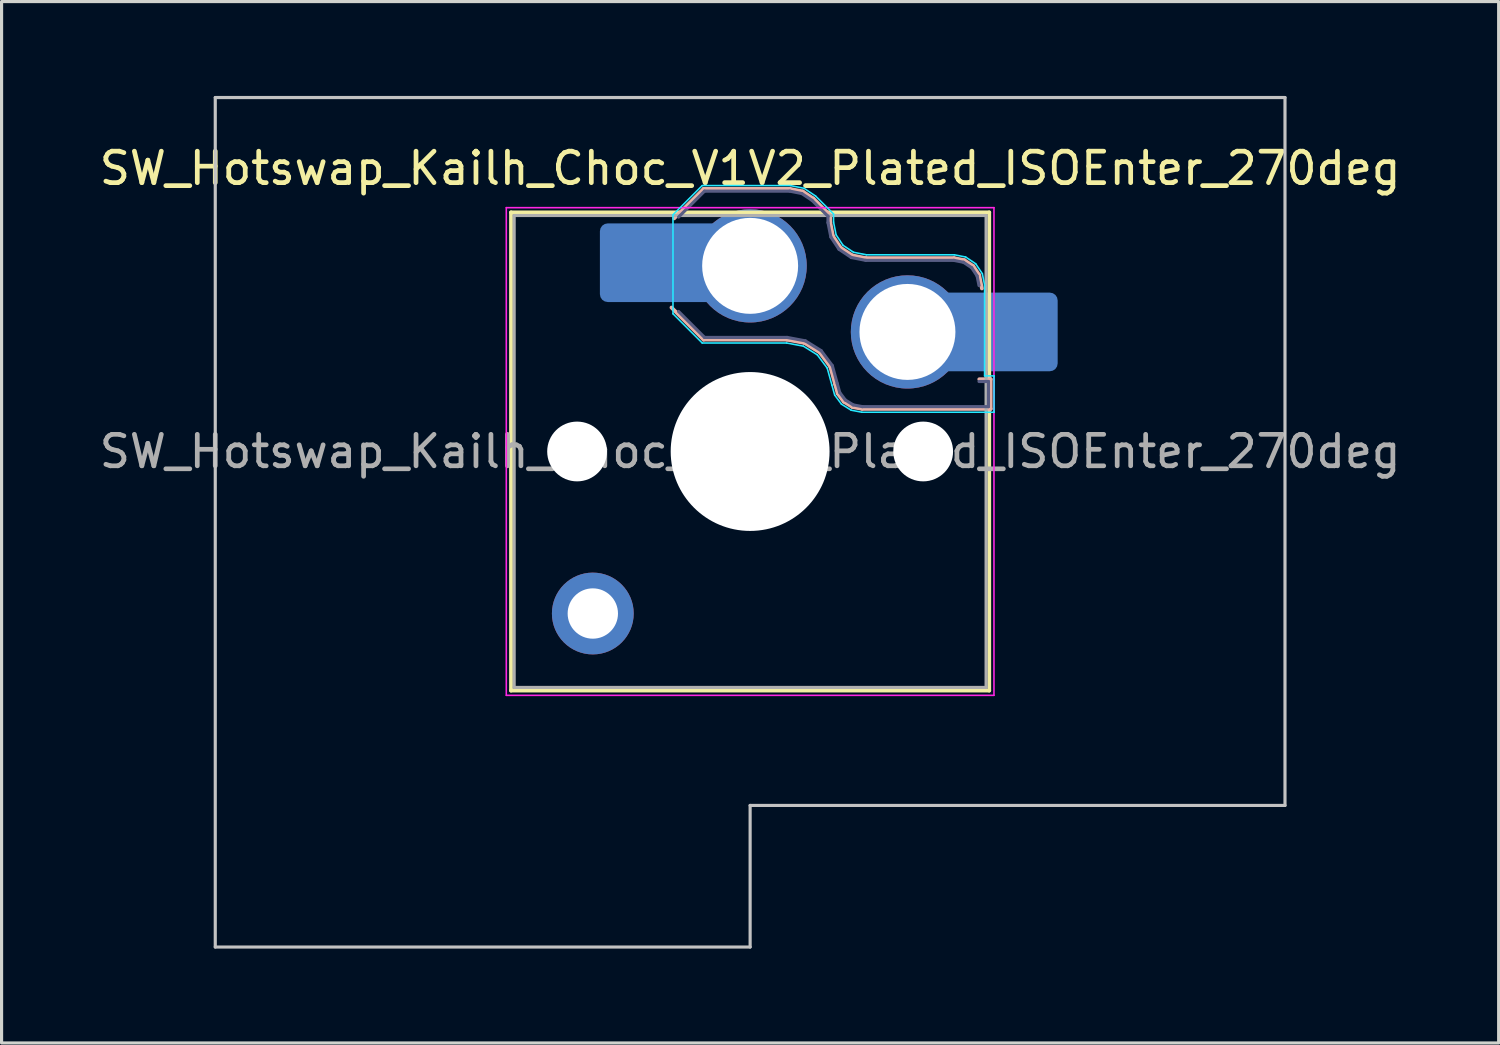
<source format=kicad_pcb>
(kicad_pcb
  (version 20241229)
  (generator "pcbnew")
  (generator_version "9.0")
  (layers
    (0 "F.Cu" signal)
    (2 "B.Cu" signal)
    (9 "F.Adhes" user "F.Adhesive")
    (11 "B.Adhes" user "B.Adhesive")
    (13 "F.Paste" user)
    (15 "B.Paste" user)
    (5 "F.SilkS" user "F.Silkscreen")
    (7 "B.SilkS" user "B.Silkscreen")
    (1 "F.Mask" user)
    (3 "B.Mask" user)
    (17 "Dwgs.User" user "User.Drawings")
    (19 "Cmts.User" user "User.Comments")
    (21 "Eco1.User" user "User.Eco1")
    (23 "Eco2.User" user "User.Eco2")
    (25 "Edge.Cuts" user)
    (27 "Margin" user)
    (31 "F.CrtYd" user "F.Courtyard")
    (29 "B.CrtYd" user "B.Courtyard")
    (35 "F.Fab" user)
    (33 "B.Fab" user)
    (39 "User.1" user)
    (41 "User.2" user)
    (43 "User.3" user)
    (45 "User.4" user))
  (footprint "SW_Hotswap_Kailh_Choc_V1V2_Plated_ISOEnter_270deg"
    (layer "F.Cu")
    (at 20.792 11.3)
    (property "Reference" "SW_Hotswap_Kailh_Choc_V1V2_Plated_ISOEnter_270deg" (at 0 -9 0) (layer "F.SilkS") (effects (font (size 1 1) (thickness 0.15))))
    (attr smd)
    (fp_line (start -7.6 -7.6) (end -7.6 7.6) (stroke (width 0.12) (type solid)) (layer "F.SilkS"))
    (fp_line (start -7.6 7.6) (end 7.6 7.6) (stroke (width 0.12) (type solid)) (layer "F.SilkS"))
    (fp_line (start 7.6 -7.6) (end -7.6 -7.6) (stroke (width 0.12) (type solid)) (layer "F.SilkS"))
    (fp_line (start 7.6 7.6) (end 7.6 -7.6) (stroke (width 0.12) (type solid)) (layer "F.SilkS"))
    (fp_line (start -2.416 -7.409) (end -1.479 -8.346) (stroke (width 0.12) (type solid)) (layer "B.SilkS"))
    (fp_line (start -1.479 -8.346) (end 1.268 -8.346) (stroke (width 0.12) (type solid)) (layer "B.SilkS"))
    (fp_line (start -1.479 -3.554) (end -2.5 -4.575) (stroke (width 0.12) (type solid)) (layer "B.SilkS"))
    (fp_line (start 1.168 -3.554) (end -1.479 -3.554) (stroke (width 0.12) (type solid)) (layer "B.SilkS"))
    (fp_line (start 1.268 -8.346) (end 1.671 -8.266) (stroke (width 0.12) (type solid)) (layer "B.SilkS"))
    (fp_line (start 1.671 -8.266) (end 2.013 -8.037) (stroke (width 0.12) (type solid)) (layer "B.SilkS"))
    (fp_line (start 1.73 -3.449) (end 1.168 -3.554) (stroke (width 0.12) (type solid)) (layer "B.SilkS"))
    (fp_line (start 2.013 -8.037) (end 2.546 -7.504) (stroke (width 0.12) (type solid)) (layer "B.SilkS"))
    (fp_line (start 2.209 -3.15) (end 1.73 -3.449) (stroke (width 0.12) (type solid)) (layer "B.SilkS"))
    (fp_line (start 2.546 -7.504) (end 2.546 -7.282) (stroke (width 0.12) (type solid)) (layer "B.SilkS"))
    (fp_line (start 2.546 -7.282) (end 2.633 -6.844) (stroke (width 0.12) (type solid)) (layer "B.SilkS"))
    (fp_line (start 2.547 -2.697) (end 2.209 -3.15) (stroke (width 0.12) (type solid)) (layer "B.SilkS"))
    (fp_line (start 2.633 -6.844) (end 2.877 -6.477) (stroke (width 0.12) (type solid)) (layer "B.SilkS"))
    (fp_line (start 2.701 -2.139) (end 2.547 -2.697) (stroke (width 0.12) (type solid)) (layer "B.SilkS"))
    (fp_line (start 2.783 -1.841) (end 2.701 -2.139) (stroke (width 0.12) (type solid)) (layer "B.SilkS"))
    (fp_line (start 2.877 -6.477) (end 3.244 -6.233) (stroke (width 0.12) (type solid)) (layer "B.SilkS"))
    (fp_line (start 2.976 -1.583) (end 2.783 -1.841) (stroke (width 0.12) (type solid)) (layer "B.SilkS"))
    (fp_line (start 3.244 -6.233) (end 3.682 -6.146) (stroke (width 0.12) (type solid)) (layer "B.SilkS"))
    (fp_line (start 3.25 -1.413) (end 2.976 -1.583) (stroke (width 0.12) (type solid)) (layer "B.SilkS"))
    (fp_line (start 3.56 -1.354) (end 3.25 -1.413) (stroke (width 0.12) (type solid)) (layer "B.SilkS"))
    (fp_line (start 3.682 -6.146) (end 6.482 -6.146) (stroke (width 0.12) (type solid)) (layer "B.SilkS"))
    (fp_line (start 6.482 -6.146) (end 6.809 -6.081) (stroke (width 0.12) (type solid)) (layer "B.SilkS"))
    (fp_line (start 6.809 -6.081) (end 7.092 -5.892) (stroke (width 0.12) (type solid)) (layer "B.SilkS"))
    (fp_line (start 7.092 -5.892) (end 7.281 -5.609) (stroke (width 0.12) (type solid)) (layer "B.SilkS"))
    (fp_line (start 7.281 -5.609) (end 7.366 -5.182) (stroke (width 0.12) (type solid)) (layer "B.SilkS"))
    (fp_line (start 7.283 -2.296) (end 7.646 -2.296) (stroke (width 0.12) (type solid)) (layer "B.SilkS"))
    (fp_line (start 7.646 -2.296) (end 7.646 -1.354) (stroke (width 0.12) (type solid)) (layer "B.SilkS"))
    (fp_line (start 7.646 -1.354) (end 3.56 -1.354) (stroke (width 0.12) (type solid)) (layer "B.SilkS"))
    (fp_line (start -17 -11.25) (end -17 15.75) (stroke (width 0.1) (type solid)) (layer "Dwgs.User"))
    (fp_line (start -17 15.75) (end 0 15.75) (stroke (width 0.1) (type solid)) (layer "Dwgs.User"))
    (fp_line (start 0 11.25) (end 17 11.25) (stroke (width 0.1) (type solid)) (layer "Dwgs.User"))
    (fp_line (start 0 15.75) (end 0 11.25) (stroke (width 0.1) (type solid)) (layer "Dwgs.User"))
    (fp_line (start 17 -11.25) (end -17 -11.25) (stroke (width 0.1) (type solid)) (layer "Dwgs.User"))
    (fp_line (start 17 11.25) (end 17 -11.25) (stroke (width 0.1) (type solid)) (layer "Dwgs.User"))
    (fp_line (start -7.25 -7.25) (end -7.25 7.25) (stroke (width 0.1) (type solid)) (layer "Eco1.User"))
    (fp_line (start -7.25 7.25) (end 7.25 7.25) (stroke (width 0.1) (type solid)) (layer "Eco1.User"))
    (fp_line (start 7.25 -7.25) (end -7.25 -7.25) (stroke (width 0.1) (type solid)) (layer "Eco1.User"))
    (fp_line (start 7.25 7.25) (end 7.25 -7.25) (stroke (width 0.1) (type solid)) (layer "Eco1.User"))
    (fp_line (start -2.452 -7.523) (end -1.523 -8.452) (stroke (width 0.05) (type solid)) (layer "B.CrtYd"))
    (fp_line (start -2.452 -4.377) (end -2.452 -7.523) (stroke (width 0.05) (type solid)) (layer "B.CrtYd"))
    (fp_line (start -1.523 -8.452) (end 1.278 -8.452) (stroke (width 0.05) (type solid)) (layer "B.CrtYd"))
    (fp_line (start -1.523 -3.448) (end -2.452 -4.377) (stroke (width 0.05) (type solid)) (layer "B.CrtYd"))
    (fp_line (start 1.159 -3.448) (end -1.523 -3.448) (stroke (width 0.05) (type solid)) (layer "B.CrtYd"))
    (fp_line (start 1.278 -8.452) (end 1.712 -8.366) (stroke (width 0.05) (type solid)) (layer "B.CrtYd"))
    (fp_line (start 1.691 -3.348) (end 1.159 -3.448) (stroke (width 0.05) (type solid)) (layer "B.CrtYd"))
    (fp_line (start 1.712 -8.366) (end 2.081 -8.119) (stroke (width 0.05) (type solid)) (layer "B.CrtYd"))
    (fp_line (start 2.081 -8.119) (end 2.652 -7.548) (stroke (width 0.05) (type solid)) (layer "B.CrtYd"))
    (fp_line (start 2.136 -3.071) (end 1.691 -3.348) (stroke (width 0.05) (type solid)) (layer "B.CrtYd"))
    (fp_line (start 2.45 -2.65) (end 2.136 -3.071) (stroke (width 0.05) (type solid)) (layer "B.CrtYd"))
    (fp_line (start 2.599 -2.111) (end 2.45 -2.65) (stroke (width 0.05) (type solid)) (layer "B.CrtYd"))
    (fp_line (start 2.652 -7.548) (end 2.652 -7.292) (stroke (width 0.05) (type solid)) (layer "B.CrtYd"))
    (fp_line (start 2.652 -7.292) (end 2.733 -6.885) (stroke (width 0.05) (type solid)) (layer "B.CrtYd"))
    (fp_line (start 2.687 -1.794) (end 2.599 -2.111) (stroke (width 0.05) (type solid)) (layer "B.CrtYd"))
    (fp_line (start 2.733 -6.885) (end 2.953 -6.553) (stroke (width 0.05) (type solid)) (layer "B.CrtYd"))
    (fp_line (start 2.903 -1.503) (end 2.687 -1.794) (stroke (width 0.05) (type solid)) (layer "B.CrtYd"))
    (fp_line (start 2.953 -6.553) (end 3.285 -6.333) (stroke (width 0.05) (type solid)) (layer "B.CrtYd"))
    (fp_line (start 3.211 -1.312) (end 2.903 -1.503) (stroke (width 0.05) (type solid)) (layer "B.CrtYd"))
    (fp_line (start 3.285 -6.333) (end 3.692 -6.252) (stroke (width 0.05) (type solid)) (layer "B.CrtYd"))
    (fp_line (start 3.55 -1.248) (end 3.211 -1.312) (stroke (width 0.05) (type solid)) (layer "B.CrtYd"))
    (fp_line (start 3.692 -6.252) (end 6.492 -6.252) (stroke (width 0.05) (type solid)) (layer "B.CrtYd"))
    (fp_line (start 6.492 -6.252) (end 6.85 -6.181) (stroke (width 0.05) (type solid)) (layer "B.CrtYd"))
    (fp_line (start 6.85 -6.181) (end 7.168 -5.968) (stroke (width 0.05) (type solid)) (layer "B.CrtYd"))
    (fp_line (start 7.168 -5.968) (end 7.381 -5.65) (stroke (width 0.05) (type solid)) (layer "B.CrtYd"))
    (fp_line (start 7.381 -5.65) (end 7.452 -5.292) (stroke (width 0.05) (type solid)) (layer "B.CrtYd"))
    (fp_line (start 7.452 -5.292) (end 7.452 -2.402) (stroke (width 0.05) (type solid)) (layer "B.CrtYd"))
    (fp_line (start 7.452 -2.402) (end 7.752 -2.402) (stroke (width 0.05) (type solid)) (layer "B.CrtYd"))
    (fp_line (start 7.752 -2.402) (end 7.752 -1.248) (stroke (width 0.05) (type solid)) (layer "B.CrtYd"))
    (fp_line (start 7.752 -1.248) (end 3.55 -1.248) (stroke (width 0.05) (type solid)) (layer "B.CrtYd"))
    (fp_line (start -7.75 -7.75) (end -7.75 7.75) (stroke (width 0.05) (type solid)) (layer "F.CrtYd"))
    (fp_line (start -7.75 7.75) (end 7.75 7.75) (stroke (width 0.05) (type solid)) (layer "F.CrtYd"))
    (fp_line (start 7.75 -7.75) (end -7.75 -7.75) (stroke (width 0.05) (type solid)) (layer "F.CrtYd"))
    (fp_line (start 7.75 7.75) (end 7.75 -7.75) (stroke (width 0.05) (type solid)) (layer "F.CrtYd"))
    (fp_line (start -2.275 -7.45) (end -1.45 -8.275) (stroke (width 0.1) (type solid)) (layer "B.Fab"))
    (fp_line (start -1.45 -8.275) (end 1.261 -8.275) (stroke (width 0.1) (type solid)) (layer "B.Fab"))
    (fp_line (start -1.45 -3.625) (end -2.275 -4.45) (stroke (width 0.1) (type solid)) (layer "B.Fab"))
    (fp_line (start 1.175 -3.625) (end -1.45 -3.625) (stroke (width 0.1) (type solid)) (layer "B.Fab"))
    (fp_line (start 1.261 -8.275) (end 1.643 -8.199) (stroke (width 0.1) (type solid)) (layer "B.Fab"))
    (fp_line (start 1.643 -8.199) (end 1.968 -7.982) (stroke (width 0.1) (type solid)) (layer "B.Fab"))
    (fp_line (start 1.756 -3.516) (end 1.175 -3.625) (stroke (width 0.1) (type solid)) (layer "B.Fab"))
    (fp_line (start 1.968 -7.982) (end 2.475 -7.475) (stroke (width 0.1) (type solid)) (layer "B.Fab"))
    (fp_line (start 2.258 -3.203) (end 1.756 -3.516) (stroke (width 0.1) (type solid)) (layer "B.Fab"))
    (fp_line (start 2.475 -7.475) (end 2.475 -7.275) (stroke (width 0.1) (type solid)) (layer "B.Fab"))
    (fp_line (start 2.475 -7.275) (end 2.566 -6.816) (stroke (width 0.1) (type solid)) (layer "B.Fab"))
    (fp_line (start 2.566 -6.816) (end 2.826 -6.426) (stroke (width 0.1) (type solid)) (layer "B.Fab"))
    (fp_line (start 2.612 -2.729) (end 2.258 -3.203) (stroke (width 0.1) (type solid)) (layer "B.Fab"))
    (fp_line (start 2.769 -2.158) (end 2.612 -2.729) (stroke (width 0.1) (type solid)) (layer "B.Fab"))
    (fp_line (start 2.826 -6.426) (end 3.216 -6.166) (stroke (width 0.1) (type solid)) (layer "B.Fab"))
    (fp_line (start 2.848 -1.873) (end 2.769 -2.158) (stroke (width 0.1) (type solid)) (layer "B.Fab"))
    (fp_line (start 3.025 -1.636) (end 2.848 -1.873) (stroke (width 0.1) (type solid)) (layer "B.Fab"))
    (fp_line (start 3.216 -6.166) (end 3.675 -6.075) (stroke (width 0.1) (type solid)) (layer "B.Fab"))
    (fp_line (start 3.276 -1.48) (end 3.025 -1.636) (stroke (width 0.1) (type solid)) (layer "B.Fab"))
    (fp_line (start 3.567 -1.425) (end 3.276 -1.48) (stroke (width 0.1) (type solid)) (layer "B.Fab"))
    (fp_line (start 3.675 -6.075) (end 6.475 -6.075) (stroke (width 0.1) (type solid)) (layer "B.Fab"))
    (fp_line (start 6.475 -6.075) (end 6.781 -6.014) (stroke (width 0.1) (type solid)) (layer "B.Fab"))
    (fp_line (start 6.781 -6.014) (end 7.041 -5.841) (stroke (width 0.1) (type solid)) (layer "B.Fab"))
    (fp_line (start 7.041 -5.841) (end 7.214 -5.581) (stroke (width 0.1) (type solid)) (layer "B.Fab"))
    (fp_line (start 7.214 -5.581) (end 7.275 -5.275) (stroke (width 0.1) (type solid)) (layer "B.Fab"))
    (fp_line (start 7.275 -2.225) (end 7.575 -2.225) (stroke (width 0.1) (type solid)) (layer "B.Fab"))
    (fp_line (start 7.575 -2.225) (end 7.575 -1.425) (stroke (width 0.1) (type solid)) (layer "B.Fab"))
    (fp_line (start 7.575 -1.425) (end 3.567 -1.425) (stroke (width 0.1) (type solid)) (layer "B.Fab"))
    (fp_line (start -7.5 -7.5) (end -7.5 7.5) (stroke (width 0.1) (type solid)) (layer "F.Fab"))
    (fp_line (start -7.5 7.5) (end 7.5 7.5) (stroke (width 0.1) (type solid)) (layer "F.Fab"))
    (fp_line (start 7.5 -7.5) (end -7.5 -7.5) (stroke (width 0.1) (type solid)) (layer "F.Fab"))
    (fp_line (start 7.5 7.5) (end 7.5 -7.5) (stroke (width 0.1) (type solid)) (layer "F.Fab"))
    (fp_text user "${REFERENCE}" (at 0 0 0) (layer "F.Fab") (effects (font (size 1 1) (thickness 0.15))))
    (pad "" np_thru_hole circle (at -5.5 0) (size 1.9 1.9) (drill 1.9) (layers "*.Cu" "*.Mask"))
    (pad "" smd circle (at -5 5.15) (size 1.65 1.65) (layers "F.Mask"))
    (pad "" thru_hole circle (at -5 5.15) (size 2.6 2.6) (drill 1.6) (layers "*.Cu" "B.Mask"))
    (pad "" smd roundrect (at -3.5 -6) (size 2.55 2.5) (layers "B.Mask" "B.Paste") (roundrect_rratio 0.1))
    (pad "" smd circle (at 0 -5.9) (size 3.1 3.1) (layers "F.Mask"))
    (pad "" np_thru_hole circle (at 0 0) (size 5.05 5.05) (drill 5.05) (layers "*.Cu" "*.Mask"))
    (pad "" smd circle (at 5 -3.8) (size 3.1 3.1) (layers "F.Mask"))
    (pad "" np_thru_hole circle (at 5.5 0) (size 1.9 1.9) (drill 1.9) (layers "*.Cu" "*.Mask"))
    (pad "" smd roundrect (at 8.5 -3.8) (size 2.55 2.5) (layers "B.Mask" "B.Paste") (roundrect_rratio 0.1))
    (pad "1" smd roundrect (at -2.85 -6) (size 3.85 2.5) (layers "B.Cu") (roundrect_rratio 0.1))
    (pad "1" thru_hole circle (at 0 -5.9) (size 3.6 3.6) (drill 3.05) (layers "*.Cu" "B.Mask"))
    (pad "2" thru_hole circle (at 5 -3.8) (size 3.6 3.6) (drill 3.05) (layers "*.Cu" "B.Mask"))
    (pad "2" smd roundrect (at 7.85 -3.8) (size 3.85 2.5) (layers "B.Cu") (roundrect_rratio 0.1)))
  (gr_rect
    (start -3 -3)
    (end 44.583 30.1)
    (stroke (width 0.1) (type default))
    (fill no)
    (layer "Edge.Cuts")))
</source>
